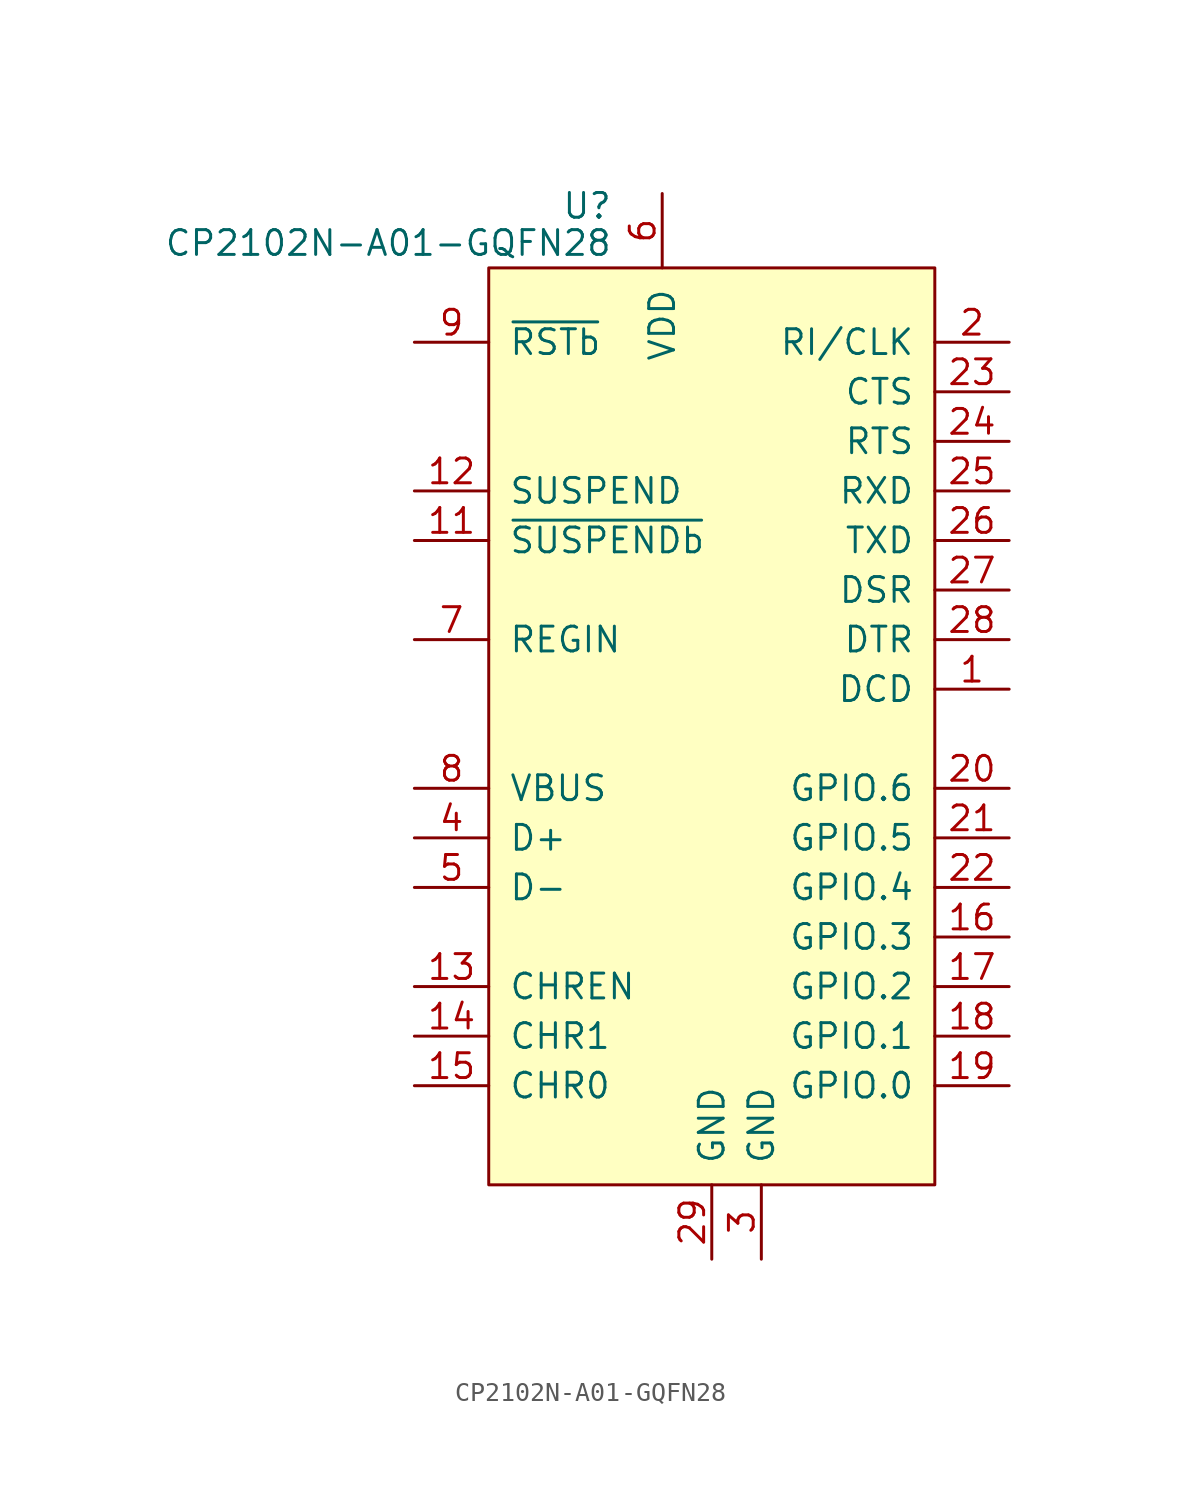
<source format=kicad_sym>
(kicad_symbol_lib
  (version 20211014)
  (generator kicad_symbol_editor)
  (symbol "CP2102N-A01-GQFN28"
    (pin_names
      (offset 1.016))
    (property "Reference" "U"
      (at -5.08 22.225 0)
      (effects (font (size 1.27 1.27)) (justify right)))
    (property "Value" "CP2102N-A01-GQFN28"
      (at -5.08 20.32 0)
      (effects (font (size 1.27 1.27)) (justify right)))
    (symbol "CP2102N-A01-GQFN28_0_1"
      (rectangle (start -11.43 19.05) (end 11.43 -27.94) (stroke (width 0) (type default) (color 0 0 0 0)) (fill (type background))))
    (symbol "CP2102N-A01-GQFN28_1_1"
      (pin input line (at 15.24 -2.54 180) (length 3.81) (name "DCD" (effects (font (size 1.27 1.27)))) (number "1" (effects (font (size 1.27 1.27)))))
      (pin no_connect line (at 10.16 -31.75 90) (length 3.81) hide (name "NC" (effects (font (size 1.27 1.27)))) (number "10" (effects (font (size 1.27 1.27)))))
      (pin output line (at -15.24 5.08 0) (length 3.81) (name "~{SUSPENDb}" (effects (font (size 1.27 1.27)))) (number "11" (effects (font (size 1.27 1.27)))))
      (pin output line (at -15.24 7.62 0) (length 3.81) (name "SUSPEND" (effects (font (size 1.27 1.27)))) (number "12" (effects (font (size 1.27 1.27)))))
      (pin output line (at -15.24 -17.78 0) (length 3.81) (name "CHREN" (effects (font (size 1.27 1.27)))) (number "13" (effects (font (size 1.27 1.27)))))
      (pin output line (at -15.24 -20.32 0) (length 3.81) (name "CHR1" (effects (font (size 1.27 1.27)))) (number "14" (effects (font (size 1.27 1.27)))))
      (pin output line (at -15.24 -22.86 0) (length 3.81) (name "CHR0" (effects (font (size 1.27 1.27)))) (number "15" (effects (font (size 1.27 1.27)))))
      (pin bidirectional line (at 15.24 -15.24 180) (length 3.81) (name "GPIO.3" (effects (font (size 1.27 1.27)))) (number "16" (effects (font (size 1.27 1.27)))))
      (pin bidirectional line (at 15.24 -17.78 180) (length 3.81) (name "GPIO.2" (effects (font (size 1.27 1.27)))) (number "17" (effects (font (size 1.27 1.27)))))
      (pin bidirectional line (at 15.24 -20.32 180) (length 3.81) (name "GPIO.1" (effects (font (size 1.27 1.27)))) (number "18" (effects (font (size 1.27 1.27)))))
      (pin bidirectional line (at 15.24 -22.86 180) (length 3.81) (name "GPIO.0" (effects (font (size 1.27 1.27)))) (number "19" (effects (font (size 1.27 1.27)))))
      (pin bidirectional line (at 15.24 15.24 180) (length 3.81) (name "RI/CLK" (effects (font (size 1.27 1.27)))) (number "2" (effects (font (size 1.27 1.27)))))
      (pin bidirectional line (at 15.24 -7.62 180) (length 3.81) (name "GPIO.6" (effects (font (size 1.27 1.27)))) (number "20" (effects (font (size 1.27 1.27)))))
      (pin bidirectional line (at 15.24 -10.16 180) (length 3.81) (name "GPIO.5" (effects (font (size 1.27 1.27)))) (number "21" (effects (font (size 1.27 1.27)))))
      (pin bidirectional line (at 15.24 -12.7 180) (length 3.81) (name "GPIO.4" (effects (font (size 1.27 1.27)))) (number "22" (effects (font (size 1.27 1.27)))))
      (pin input line (at 15.24 12.7 180) (length 3.81) (name "CTS" (effects (font (size 1.27 1.27)))) (number "23" (effects (font (size 1.27 1.27)))))
      (pin output line (at 15.24 10.16 180) (length 3.81) (name "RTS" (effects (font (size 1.27 1.27)))) (number "24" (effects (font (size 1.27 1.27)))))
      (pin input line (at 15.24 7.62 180) (length 3.81) (name "RXD" (effects (font (size 1.27 1.27)))) (number "25" (effects (font (size 1.27 1.27)))))
      (pin output line (at 15.24 5.08 180) (length 3.81) (name "TXD" (effects (font (size 1.27 1.27)))) (number "26" (effects (font (size 1.27 1.27)))))
      (pin input line (at 15.24 2.54 180) (length 3.81) (name "DSR" (effects (font (size 1.27 1.27)))) (number "27" (effects (font (size 1.27 1.27)))))
      (pin output line (at 15.24 0 180) (length 3.81) (name "DTR" (effects (font (size 1.27 1.27)))) (number "28" (effects (font (size 1.27 1.27)))))
      (pin power_in line (at 0 -31.75 90) (length 3.81) (name "GND" (effects (font (size 1.27 1.27)))) (number "29" (effects (font (size 1.27 1.27)))))
      (pin power_in line (at 2.54 -31.75 90) (length 3.81) (name "GND" (effects (font (size 1.27 1.27)))) (number "3" (effects (font (size 1.27 1.27)))))
      (pin bidirectional line (at -15.24 -10.16 0) (length 3.81) (name "D+" (effects (font (size 1.27 1.27)))) (number "4" (effects (font (size 1.27 1.27)))))
      (pin bidirectional line (at -15.24 -12.7 0) (length 3.81) (name "D-" (effects (font (size 1.27 1.27)))) (number "5" (effects (font (size 1.27 1.27)))))
      (pin power_in line (at -2.54 22.86 270) (length 3.81) (name "VDD" (effects (font (size 1.27 1.27)))) (number "6" (effects (font (size 1.27 1.27)))))
      (pin power_in line (at -15.24 0 0) (length 3.81) (name "REGIN" (effects (font (size 1.27 1.27)))) (number "7" (effects (font (size 1.27 1.27)))))
      (pin input line (at -15.24 -7.62 0) (length 3.81) (name "VBUS" (effects (font (size 1.27 1.27)))) (number "8" (effects (font (size 1.27 1.27)))))
      (pin input line (at -15.24 15.24 0) (length 3.81) (name "~{RSTb}" (effects (font (size 1.27 1.27)))) (number "9" (effects (font (size 1.27 1.27))))))))
</source>
